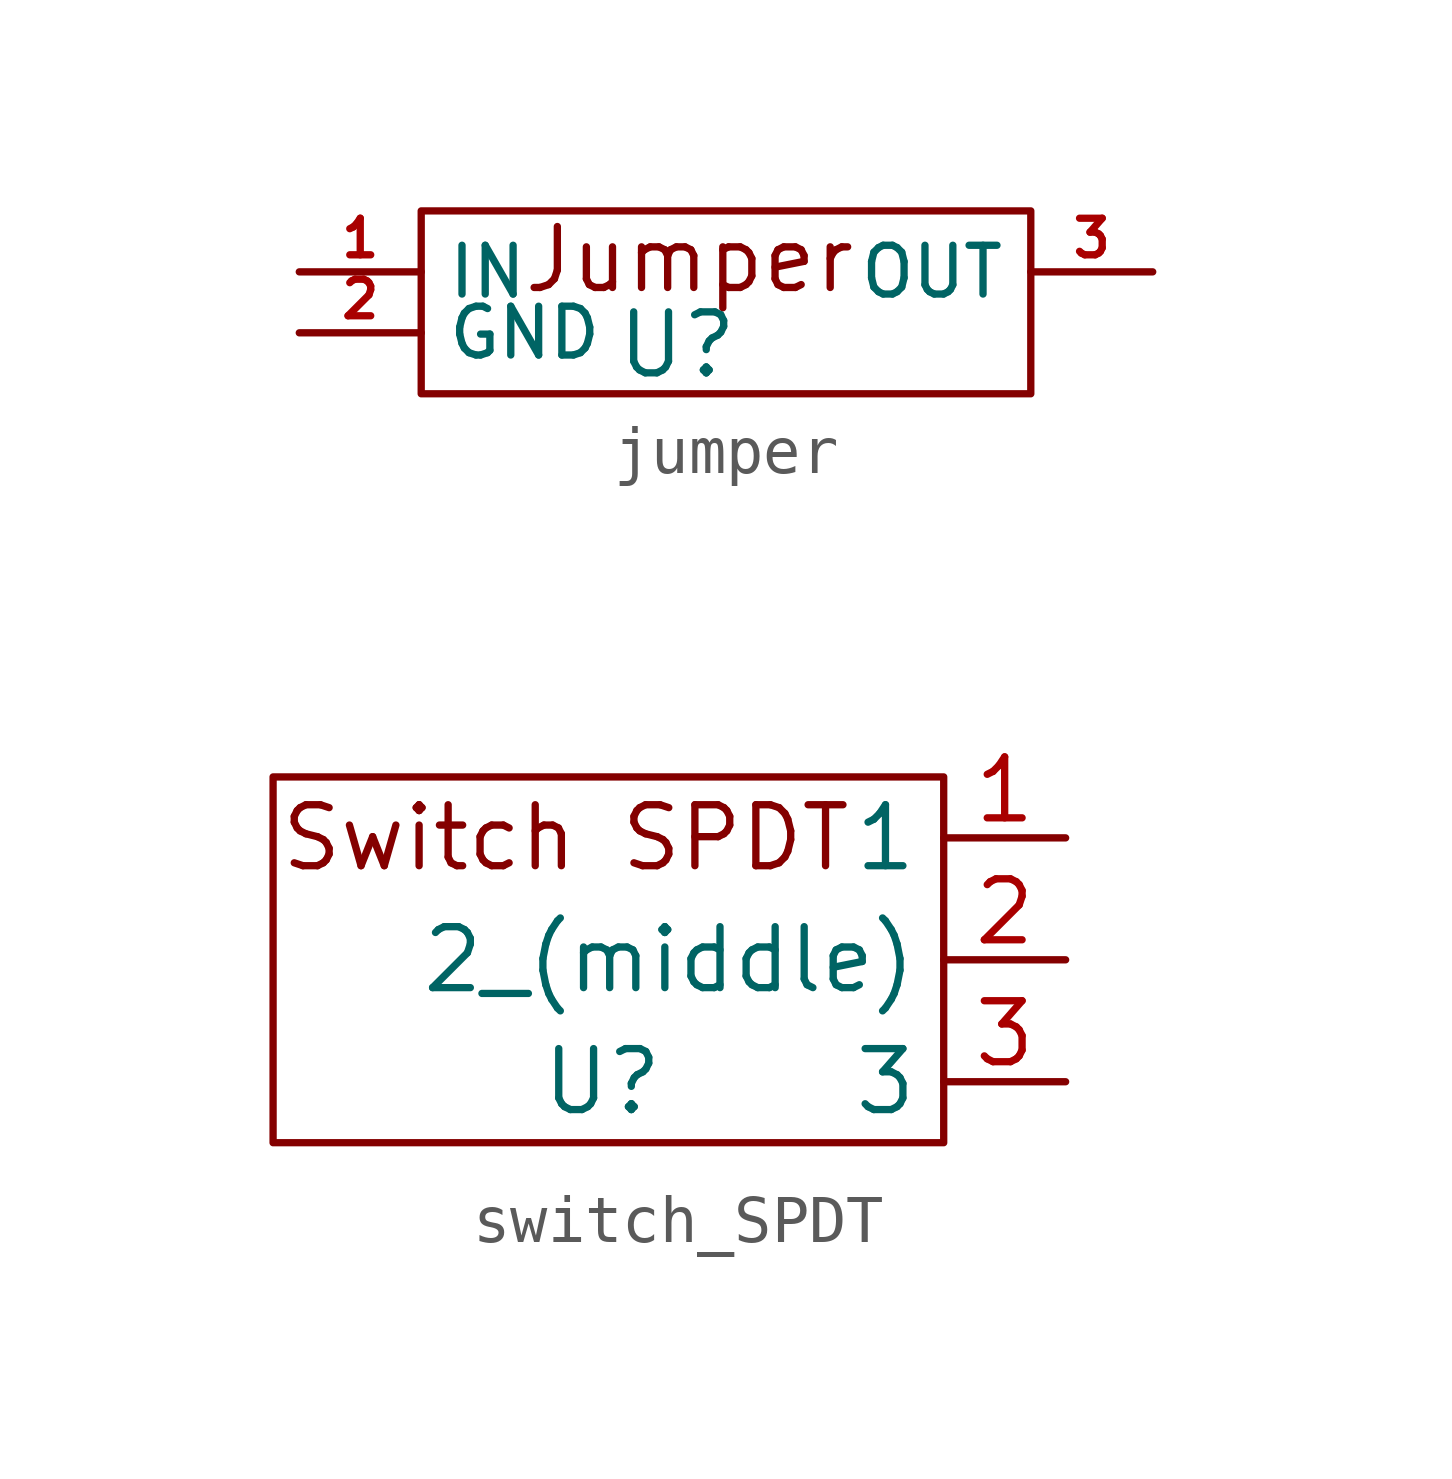
<source format=kicad_sym>
(kicad_symbol_lib
  (version 20231120)
  (generator "kicad_symbol_editor")
  (generator_version "8.0")
  (symbol "jumper"
    (property "Reference" "U"
      (at -1.016 -1.524 0)
      (effects (font (size 1.27 1.27))))
    (property "Value" ""
      (at -2.54 0 0)
      (effects (font (size 1.27 1.27))))
    (symbol "jumper_1_1"
      (rectangle (start -6.35 1.27) (end 6.35 -2.54) (stroke (width 0) (type default)) (fill (type none)))
      (text "Jumper" (at -0.762 0.254 0) (effects (font (size 1.27 1.27))))
      (pin input line (at -8.89 0 0) (length 2.54) (name "IN" (effects (font (size 1.016 1.016)))) (number "1" (effects (font (size 0.762 0.762)))))
      (pin power_in line (at -8.89 -1.27 0) (length 2.54) (name "GND" (effects (font (size 1.016 1.016)))) (number "2" (effects (font (size 0.762 0.762)))))
      (pin output line (at 8.89 0 180) (length 2.54) (name "OUT" (effects (font (size 1.016 1.016)))) (number "3" (effects (font (size 0.762 0.762)))))))
  (symbol "switch_SPDT"
    (property "Reference" "U"
      (at 0.508 -2.54 0)
      (effects (font (size 1.27 1.27))))
    (property "Value" ""
      (at -5.08 0 0)
      (effects (font (size 1.27 1.27))))
    (symbol "switch_SPDT_0_1"
      (rectangle (start -6.35 3.81) (end 7.62 -3.81) (stroke (width 0) (type default)) (fill (type none))))
    (symbol "switch_SPDT_1_1"
      (text "Switch SPDT" (at -0.254 2.54 0) (effects (font (size 1.27 1.27))))
      (pin bidirectional line (at 10.16 2.54 180) (length 2.54) (name "1" (effects (font (size 1.27 1.27)))) (number "1" (effects (font (size 1.27 1.27)))))
      (pin output line (at 10.16 0 180) (length 2.54) (name "2_(middle)" (effects (font (size 1.27 1.27)))) (number "2" (effects (font (size 1.27 1.27)))))
      (pin bidirectional line (at 10.16 -2.54 180) (length 2.54) (name "3" (effects (font (size 1.27 1.27)))) (number "3" (effects (font (size 1.27 1.27))))))))
</source>
